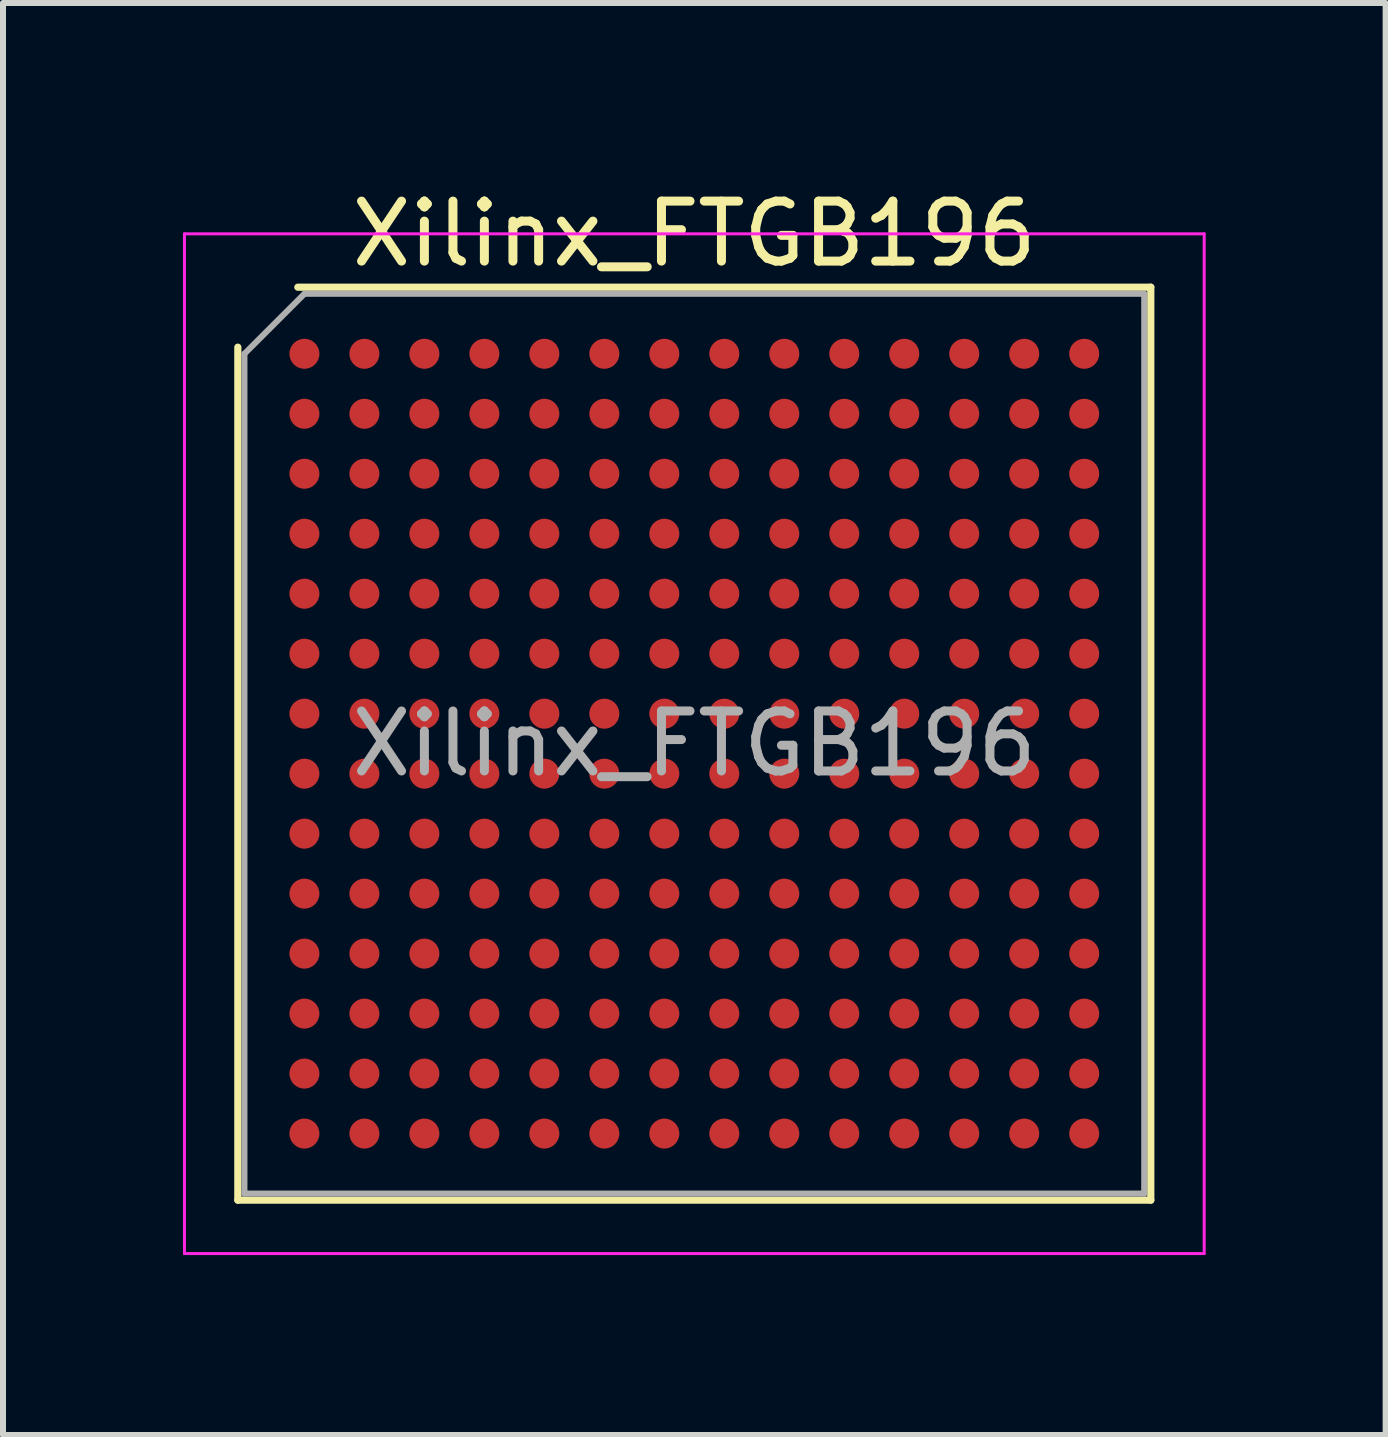
<source format=kicad_pcb>
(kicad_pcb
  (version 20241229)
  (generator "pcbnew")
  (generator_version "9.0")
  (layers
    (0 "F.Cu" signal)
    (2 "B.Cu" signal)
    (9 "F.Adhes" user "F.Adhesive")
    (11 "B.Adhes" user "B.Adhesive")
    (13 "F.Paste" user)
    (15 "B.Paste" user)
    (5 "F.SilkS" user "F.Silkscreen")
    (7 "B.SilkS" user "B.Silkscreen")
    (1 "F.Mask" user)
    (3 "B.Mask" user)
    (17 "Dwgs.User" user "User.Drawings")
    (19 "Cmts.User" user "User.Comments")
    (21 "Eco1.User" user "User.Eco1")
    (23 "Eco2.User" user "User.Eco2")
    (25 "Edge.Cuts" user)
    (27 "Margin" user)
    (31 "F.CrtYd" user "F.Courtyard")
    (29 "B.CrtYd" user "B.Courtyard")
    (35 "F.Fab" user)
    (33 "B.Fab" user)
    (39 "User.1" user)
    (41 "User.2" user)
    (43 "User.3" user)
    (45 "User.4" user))
  (footprint "Xilinx_FTGB196"
    (layer "F.Cu")
    (at 8.525 9.348)
    (property "Reference" "Xilinx_FTGB196" (at 0 -8.5 0) (layer "F.SilkS") (effects (font (size 1 1) (thickness 0.15))))
    (attr smd)
    (fp_line (start -7.61 7.61) (end -7.61 -6.61) (stroke (width 0.12) (type solid)) (layer "F.SilkS"))
    (fp_line (start -6.61 -7.61) (end 7.61 -7.61) (stroke (width 0.12) (type solid)) (layer "F.SilkS"))
    (fp_line (start 7.61 -7.61) (end 7.61 7.61) (stroke (width 0.12) (type solid)) (layer "F.SilkS"))
    (fp_line (start 7.61 7.61) (end -7.61 7.61) (stroke (width 0.12) (type solid)) (layer "F.SilkS"))
    (fp_line (start -8.5 -8.5) (end -8.5 8.5) (stroke (width 0.05) (type solid)) (layer "F.CrtYd"))
    (fp_line (start -8.5 8.5) (end 8.5 8.5) (stroke (width 0.05) (type solid)) (layer "F.CrtYd"))
    (fp_line (start 8.5 -8.5) (end -8.5 -8.5) (stroke (width 0.05) (type solid)) (layer "F.CrtYd"))
    (fp_line (start 8.5 8.5) (end 8.5 -8.5) (stroke (width 0.05) (type solid)) (layer "F.CrtYd"))
    (fp_line (start -7.5 -6.5) (end -6.5 -7.5) (stroke (width 0.1) (type solid)) (layer "F.Fab"))
    (fp_line (start -7.5 7.5) (end -7.5 -6.5) (stroke (width 0.1) (type solid)) (layer "F.Fab"))
    (fp_line (start -6.5 -7.5) (end 7.5 -7.5) (stroke (width 0.1) (type solid)) (layer "F.Fab"))
    (fp_line (start 7.5 -7.5) (end 7.5 7.5) (stroke (width 0.1) (type solid)) (layer "F.Fab"))
    (fp_line (start 7.5 7.5) (end -7.5 7.5) (stroke (width 0.1) (type solid)) (layer "F.Fab"))
    (fp_text user "${REFERENCE}" (at 0 0 0) (layer "F.Fab") (effects (font (size 1 1) (thickness 0.15))))
    (pad "A1" smd circle (at -6.5 -6.5) (size 0.5 0.5) (layers "F.Cu" "F.Mask" "F.Paste"))
    (pad "A2" smd circle (at -5.5 -6.5) (size 0.5 0.5) (layers "F.Cu" "F.Mask" "F.Paste"))
    (pad "A3" smd circle (at -4.5 -6.5) (size 0.5 0.5) (layers "F.Cu" "F.Mask" "F.Paste"))
    (pad "A4" smd circle (at -3.5 -6.5) (size 0.5 0.5) (layers "F.Cu" "F.Mask" "F.Paste"))
    (pad "A5" smd circle (at -2.5 -6.5) (size 0.5 0.5) (layers "F.Cu" "F.Mask" "F.Paste"))
    (pad "A6" smd circle (at -1.5 -6.5) (size 0.5 0.5) (layers "F.Cu" "F.Mask" "F.Paste"))
    (pad "A7" smd circle (at -0.5 -6.5) (size 0.5 0.5) (layers "F.Cu" "F.Mask" "F.Paste"))
    (pad "A8" smd circle (at 0.5 -6.5) (size 0.5 0.5) (layers "F.Cu" "F.Mask" "F.Paste"))
    (pad "A9" smd circle (at 1.5 -6.5) (size 0.5 0.5) (layers "F.Cu" "F.Mask" "F.Paste"))
    (pad "A10" smd circle (at 2.5 -6.5) (size 0.5 0.5) (layers "F.Cu" "F.Mask" "F.Paste"))
    (pad "A11" smd circle (at 3.5 -6.5) (size 0.5 0.5) (layers "F.Cu" "F.Mask" "F.Paste"))
    (pad "A12" smd circle (at 4.5 -6.5) (size 0.5 0.5) (layers "F.Cu" "F.Mask" "F.Paste"))
    (pad "A13" smd circle (at 5.5 -6.5) (size 0.5 0.5) (layers "F.Cu" "F.Mask" "F.Paste"))
    (pad "A14" smd circle (at 6.5 -6.5) (size 0.5 0.5) (layers "F.Cu" "F.Mask" "F.Paste"))
    (pad "B1" smd circle (at -6.5 -5.5) (size 0.5 0.5) (layers "F.Cu" "F.Mask" "F.Paste"))
    (pad "B2" smd circle (at -5.5 -5.5) (size 0.5 0.5) (layers "F.Cu" "F.Mask" "F.Paste"))
    (pad "B3" smd circle (at -4.5 -5.5) (size 0.5 0.5) (layers "F.Cu" "F.Mask" "F.Paste"))
    (pad "B4" smd circle (at -3.5 -5.5) (size 0.5 0.5) (layers "F.Cu" "F.Mask" "F.Paste"))
    (pad "B5" smd circle (at -2.5 -5.5) (size 0.5 0.5) (layers "F.Cu" "F.Mask" "F.Paste"))
    (pad "B6" smd circle (at -1.5 -5.5) (size 0.5 0.5) (layers "F.Cu" "F.Mask" "F.Paste"))
    (pad "B7" smd circle (at -0.5 -5.5) (size 0.5 0.5) (layers "F.Cu" "F.Mask" "F.Paste"))
    (pad "B8" smd circle (at 0.5 -5.5) (size 0.5 0.5) (layers "F.Cu" "F.Mask" "F.Paste"))
    (pad "B9" smd circle (at 1.5 -5.5) (size 0.5 0.5) (layers "F.Cu" "F.Mask" "F.Paste"))
    (pad "B10" smd circle (at 2.5 -5.5) (size 0.5 0.5) (layers "F.Cu" "F.Mask" "F.Paste"))
    (pad "B11" smd circle (at 3.5 -5.5) (size 0.5 0.5) (layers "F.Cu" "F.Mask" "F.Paste"))
    (pad "B12" smd circle (at 4.5 -5.5) (size 0.5 0.5) (layers "F.Cu" "F.Mask" "F.Paste"))
    (pad "B13" smd circle (at 5.5 -5.5) (size 0.5 0.5) (layers "F.Cu" "F.Mask" "F.Paste"))
    (pad "B14" smd circle (at 6.5 -5.5) (size 0.5 0.5) (layers "F.Cu" "F.Mask" "F.Paste"))
    (pad "C1" smd circle (at -6.5 -4.5) (size 0.5 0.5) (layers "F.Cu" "F.Mask" "F.Paste"))
    (pad "C2" smd circle (at -5.5 -4.5) (size 0.5 0.5) (layers "F.Cu" "F.Mask" "F.Paste"))
    (pad "C3" smd circle (at -4.5 -4.5) (size 0.5 0.5) (layers "F.Cu" "F.Mask" "F.Paste"))
    (pad "C4" smd circle (at -3.5 -4.5) (size 0.5 0.5) (layers "F.Cu" "F.Mask" "F.Paste"))
    (pad "C5" smd circle (at -2.5 -4.5) (size 0.5 0.5) (layers "F.Cu" "F.Mask" "F.Paste"))
    (pad "C6" smd circle (at -1.5 -4.5) (size 0.5 0.5) (layers "F.Cu" "F.Mask" "F.Paste"))
    (pad "C7" smd circle (at -0.5 -4.5) (size 0.5 0.5) (layers "F.Cu" "F.Mask" "F.Paste"))
    (pad "C8" smd circle (at 0.5 -4.5) (size 0.5 0.5) (layers "F.Cu" "F.Mask" "F.Paste"))
    (pad "C9" smd circle (at 1.5 -4.5) (size 0.5 0.5) (layers "F.Cu" "F.Mask" "F.Paste"))
    (pad "C10" smd circle (at 2.5 -4.5) (size 0.5 0.5) (layers "F.Cu" "F.Mask" "F.Paste"))
    (pad "C11" smd circle (at 3.5 -4.5) (size 0.5 0.5) (layers "F.Cu" "F.Mask" "F.Paste"))
    (pad "C12" smd circle (at 4.5 -4.5) (size 0.5 0.5) (layers "F.Cu" "F.Mask" "F.Paste"))
    (pad "C13" smd circle (at 5.5 -4.5) (size 0.5 0.5) (layers "F.Cu" "F.Mask" "F.Paste"))
    (pad "C14" smd circle (at 6.5 -4.5) (size 0.5 0.5) (layers "F.Cu" "F.Mask" "F.Paste"))
    (pad "D1" smd circle (at -6.5 -3.5) (size 0.5 0.5) (layers "F.Cu" "F.Mask" "F.Paste"))
    (pad "D2" smd circle (at -5.5 -3.5) (size 0.5 0.5) (layers "F.Cu" "F.Mask" "F.Paste"))
    (pad "D3" smd circle (at -4.5 -3.5) (size 0.5 0.5) (layers "F.Cu" "F.Mask" "F.Paste"))
    (pad "D4" smd circle (at -3.5 -3.5) (size 0.5 0.5) (layers "F.Cu" "F.Mask" "F.Paste"))
    (pad "D5" smd circle (at -2.5 -3.5) (size 0.5 0.5) (layers "F.Cu" "F.Mask" "F.Paste"))
    (pad "D6" smd circle (at -1.5 -3.5) (size 0.5 0.5) (layers "F.Cu" "F.Mask" "F.Paste"))
    (pad "D7" smd circle (at -0.5 -3.5) (size 0.5 0.5) (layers "F.Cu" "F.Mask" "F.Paste"))
    (pad "D8" smd circle (at 0.5 -3.5) (size 0.5 0.5) (layers "F.Cu" "F.Mask" "F.Paste"))
    (pad "D9" smd circle (at 1.5 -3.5) (size 0.5 0.5) (layers "F.Cu" "F.Mask" "F.Paste"))
    (pad "D10" smd circle (at 2.5 -3.5) (size 0.5 0.5) (layers "F.Cu" "F.Mask" "F.Paste"))
    (pad "D11" smd circle (at 3.5 -3.5) (size 0.5 0.5) (layers "F.Cu" "F.Mask" "F.Paste"))
    (pad "D12" smd circle (at 4.5 -3.5) (size 0.5 0.5) (layers "F.Cu" "F.Mask" "F.Paste"))
    (pad "D13" smd circle (at 5.5 -3.5) (size 0.5 0.5) (layers "F.Cu" "F.Mask" "F.Paste"))
    (pad "D14" smd circle (at 6.5 -3.5) (size 0.5 0.5) (layers "F.Cu" "F.Mask" "F.Paste"))
    (pad "E1" smd circle (at -6.5 -2.5) (size 0.5 0.5) (layers "F.Cu" "F.Mask" "F.Paste"))
    (pad "E2" smd circle (at -5.5 -2.5) (size 0.5 0.5) (layers "F.Cu" "F.Mask" "F.Paste"))
    (pad "E3" smd circle (at -4.5 -2.5) (size 0.5 0.5) (layers "F.Cu" "F.Mask" "F.Paste"))
    (pad "E4" smd circle (at -3.5 -2.5) (size 0.5 0.5) (layers "F.Cu" "F.Mask" "F.Paste"))
    (pad "E5" smd circle (at -2.5 -2.5) (size 0.5 0.5) (layers "F.Cu" "F.Mask" "F.Paste"))
    (pad "E6" smd circle (at -1.5 -2.5) (size 0.5 0.5) (layers "F.Cu" "F.Mask" "F.Paste"))
    (pad "E7" smd circle (at -0.5 -2.5) (size 0.5 0.5) (layers "F.Cu" "F.Mask" "F.Paste"))
    (pad "E8" smd circle (at 0.5 -2.5) (size 0.5 0.5) (layers "F.Cu" "F.Mask" "F.Paste"))
    (pad "E9" smd circle (at 1.5 -2.5) (size 0.5 0.5) (layers "F.Cu" "F.Mask" "F.Paste"))
    (pad "E10" smd circle (at 2.5 -2.5) (size 0.5 0.5) (layers "F.Cu" "F.Mask" "F.Paste"))
    (pad "E11" smd circle (at 3.5 -2.5) (size 0.5 0.5) (layers "F.Cu" "F.Mask" "F.Paste"))
    (pad "E12" smd circle (at 4.5 -2.5) (size 0.5 0.5) (layers "F.Cu" "F.Mask" "F.Paste"))
    (pad "E13" smd circle (at 5.5 -2.5) (size 0.5 0.5) (layers "F.Cu" "F.Mask" "F.Paste"))
    (pad "E14" smd circle (at 6.5 -2.5) (size 0.5 0.5) (layers "F.Cu" "F.Mask" "F.Paste"))
    (pad "F1" smd circle (at -6.5 -1.5) (size 0.5 0.5) (layers "F.Cu" "F.Mask" "F.Paste"))
    (pad "F2" smd circle (at -5.5 -1.5) (size 0.5 0.5) (layers "F.Cu" "F.Mask" "F.Paste"))
    (pad "F3" smd circle (at -4.5 -1.5) (size 0.5 0.5) (layers "F.Cu" "F.Mask" "F.Paste"))
    (pad "F4" smd circle (at -3.5 -1.5) (size 0.5 0.5) (layers "F.Cu" "F.Mask" "F.Paste"))
    (pad "F5" smd circle (at -2.5 -1.5) (size 0.5 0.5) (layers "F.Cu" "F.Mask" "F.Paste"))
    (pad "F6" smd circle (at -1.5 -1.5) (size 0.5 0.5) (layers "F.Cu" "F.Mask" "F.Paste"))
    (pad "F7" smd circle (at -0.5 -1.5) (size 0.5 0.5) (layers "F.Cu" "F.Mask" "F.Paste"))
    (pad "F8" smd circle (at 0.5 -1.5) (size 0.5 0.5) (layers "F.Cu" "F.Mask" "F.Paste"))
    (pad "F9" smd circle (at 1.5 -1.5) (size 0.5 0.5) (layers "F.Cu" "F.Mask" "F.Paste"))
    (pad "F10" smd circle (at 2.5 -1.5) (size 0.5 0.5) (layers "F.Cu" "F.Mask" "F.Paste"))
    (pad "F11" smd circle (at 3.5 -1.5) (size 0.5 0.5) (layers "F.Cu" "F.Mask" "F.Paste"))
    (pad "F12" smd circle (at 4.5 -1.5) (size 0.5 0.5) (layers "F.Cu" "F.Mask" "F.Paste"))
    (pad "F13" smd circle (at 5.5 -1.5) (size 0.5 0.5) (layers "F.Cu" "F.Mask" "F.Paste"))
    (pad "F14" smd circle (at 6.5 -1.5) (size 0.5 0.5) (layers "F.Cu" "F.Mask" "F.Paste"))
    (pad "G1" smd circle (at -6.5 -0.5) (size 0.5 0.5) (layers "F.Cu" "F.Mask" "F.Paste"))
    (pad "G2" smd circle (at -5.5 -0.5) (size 0.5 0.5) (layers "F.Cu" "F.Mask" "F.Paste"))
    (pad "G3" smd circle (at -4.5 -0.5) (size 0.5 0.5) (layers "F.Cu" "F.Mask" "F.Paste"))
    (pad "G4" smd circle (at -3.5 -0.5) (size 0.5 0.5) (layers "F.Cu" "F.Mask" "F.Paste"))
    (pad "G5" smd circle (at -2.5 -0.5) (size 0.5 0.5) (layers "F.Cu" "F.Mask" "F.Paste"))
    (pad "G6" smd circle (at -1.5 -0.5) (size 0.5 0.5) (layers "F.Cu" "F.Mask" "F.Paste"))
    (pad "G7" smd circle (at -0.5 -0.5) (size 0.5 0.5) (layers "F.Cu" "F.Mask" "F.Paste"))
    (pad "G8" smd circle (at 0.5 -0.5) (size 0.5 0.5) (layers "F.Cu" "F.Mask" "F.Paste"))
    (pad "G9" smd circle (at 1.5 -0.5) (size 0.5 0.5) (layers "F.Cu" "F.Mask" "F.Paste"))
    (pad "G10" smd circle (at 2.5 -0.5) (size 0.5 0.5) (layers "F.Cu" "F.Mask" "F.Paste"))
    (pad "G11" smd circle (at 3.5 -0.5) (size 0.5 0.5) (layers "F.Cu" "F.Mask" "F.Paste"))
    (pad "G12" smd circle (at 4.5 -0.5) (size 0.5 0.5) (layers "F.Cu" "F.Mask" "F.Paste"))
    (pad "G13" smd circle (at 5.5 -0.5) (size 0.5 0.5) (layers "F.Cu" "F.Mask" "F.Paste"))
    (pad "G14" smd circle (at 6.5 -0.5) (size 0.5 0.5) (layers "F.Cu" "F.Mask" "F.Paste"))
    (pad "H1" smd circle (at -6.5 0.5) (size 0.5 0.5) (layers "F.Cu" "F.Mask" "F.Paste"))
    (pad "H2" smd circle (at -5.5 0.5) (size 0.5 0.5) (layers "F.Cu" "F.Mask" "F.Paste"))
    (pad "H3" smd circle (at -4.5 0.5) (size 0.5 0.5) (layers "F.Cu" "F.Mask" "F.Paste"))
    (pad "H4" smd circle (at -3.5 0.5) (size 0.5 0.5) (layers "F.Cu" "F.Mask" "F.Paste"))
    (pad "H5" smd circle (at -2.5 0.5) (size 0.5 0.5) (layers "F.Cu" "F.Mask" "F.Paste"))
    (pad "H6" smd circle (at -1.5 0.5) (size 0.5 0.5) (layers "F.Cu" "F.Mask" "F.Paste"))
    (pad "H7" smd circle (at -0.5 0.5) (size 0.5 0.5) (layers "F.Cu" "F.Mask" "F.Paste"))
    (pad "H8" smd circle (at 0.5 0.5) (size 0.5 0.5) (layers "F.Cu" "F.Mask" "F.Paste"))
    (pad "H9" smd circle (at 1.5 0.5) (size 0.5 0.5) (layers "F.Cu" "F.Mask" "F.Paste"))
    (pad "H10" smd circle (at 2.5 0.5) (size 0.5 0.5) (layers "F.Cu" "F.Mask" "F.Paste"))
    (pad "H11" smd circle (at 3.5 0.5) (size 0.5 0.5) (layers "F.Cu" "F.Mask" "F.Paste"))
    (pad "H12" smd circle (at 4.5 0.5) (size 0.5 0.5) (layers "F.Cu" "F.Mask" "F.Paste"))
    (pad "H13" smd circle (at 5.5 0.5) (size 0.5 0.5) (layers "F.Cu" "F.Mask" "F.Paste"))
    (pad "H14" smd circle (at 6.5 0.5) (size 0.5 0.5) (layers "F.Cu" "F.Mask" "F.Paste"))
    (pad "J1" smd circle (at -6.5 1.5) (size 0.5 0.5) (layers "F.Cu" "F.Mask" "F.Paste"))
    (pad "J2" smd circle (at -5.5 1.5) (size 0.5 0.5) (layers "F.Cu" "F.Mask" "F.Paste"))
    (pad "J3" smd circle (at -4.5 1.5) (size 0.5 0.5) (layers "F.Cu" "F.Mask" "F.Paste"))
    (pad "J4" smd circle (at -3.5 1.5) (size 0.5 0.5) (layers "F.Cu" "F.Mask" "F.Paste"))
    (pad "J5" smd circle (at -2.5 1.5) (size 0.5 0.5) (layers "F.Cu" "F.Mask" "F.Paste"))
    (pad "J6" smd circle (at -1.5 1.5) (size 0.5 0.5) (layers "F.Cu" "F.Mask" "F.Paste"))
    (pad "J7" smd circle (at -0.5 1.5) (size 0.5 0.5) (layers "F.Cu" "F.Mask" "F.Paste"))
    (pad "J8" smd circle (at 0.5 1.5) (size 0.5 0.5) (layers "F.Cu" "F.Mask" "F.Paste"))
    (pad "J9" smd circle (at 1.5 1.5) (size 0.5 0.5) (layers "F.Cu" "F.Mask" "F.Paste"))
    (pad "J10" smd circle (at 2.5 1.5) (size 0.5 0.5) (layers "F.Cu" "F.Mask" "F.Paste"))
    (pad "J11" smd circle (at 3.5 1.5) (size 0.5 0.5) (layers "F.Cu" "F.Mask" "F.Paste"))
    (pad "J12" smd circle (at 4.5 1.5) (size 0.5 0.5) (layers "F.Cu" "F.Mask" "F.Paste"))
    (pad "J13" smd circle (at 5.5 1.5) (size 0.5 0.5) (layers "F.Cu" "F.Mask" "F.Paste"))
    (pad "J14" smd circle (at 6.5 1.5) (size 0.5 0.5) (layers "F.Cu" "F.Mask" "F.Paste"))
    (pad "K1" smd circle (at -6.5 2.5) (size 0.5 0.5) (layers "F.Cu" "F.Mask" "F.Paste"))
    (pad "K2" smd circle (at -5.5 2.5) (size 0.5 0.5) (layers "F.Cu" "F.Mask" "F.Paste"))
    (pad "K3" smd circle (at -4.5 2.5) (size 0.5 0.5) (layers "F.Cu" "F.Mask" "F.Paste"))
    (pad "K4" smd circle (at -3.5 2.5) (size 0.5 0.5) (layers "F.Cu" "F.Mask" "F.Paste"))
    (pad "K5" smd circle (at -2.5 2.5) (size 0.5 0.5) (layers "F.Cu" "F.Mask" "F.Paste"))
    (pad "K6" smd circle (at -1.5 2.5) (size 0.5 0.5) (layers "F.Cu" "F.Mask" "F.Paste"))
    (pad "K7" smd circle (at -0.5 2.5) (size 0.5 0.5) (layers "F.Cu" "F.Mask" "F.Paste"))
    (pad "K8" smd circle (at 0.5 2.5) (size 0.5 0.5) (layers "F.Cu" "F.Mask" "F.Paste"))
    (pad "K9" smd circle (at 1.5 2.5) (size 0.5 0.5) (layers "F.Cu" "F.Mask" "F.Paste"))
    (pad "K10" smd circle (at 2.5 2.5) (size 0.5 0.5) (layers "F.Cu" "F.Mask" "F.Paste"))
    (pad "K11" smd circle (at 3.5 2.5) (size 0.5 0.5) (layers "F.Cu" "F.Mask" "F.Paste"))
    (pad "K12" smd circle (at 4.5 2.5) (size 0.5 0.5) (layers "F.Cu" "F.Mask" "F.Paste"))
    (pad "K13" smd circle (at 5.5 2.5) (size 0.5 0.5) (layers "F.Cu" "F.Mask" "F.Paste"))
    (pad "K14" smd circle (at 6.5 2.5) (size 0.5 0.5) (layers "F.Cu" "F.Mask" "F.Paste"))
    (pad "L1" smd circle (at -6.5 3.5) (size 0.5 0.5) (layers "F.Cu" "F.Mask" "F.Paste"))
    (pad "L2" smd circle (at -5.5 3.5) (size 0.5 0.5) (layers "F.Cu" "F.Mask" "F.Paste"))
    (pad "L3" smd circle (at -4.5 3.5) (size 0.5 0.5) (layers "F.Cu" "F.Mask" "F.Paste"))
    (pad "L4" smd circle (at -3.5 3.5) (size 0.5 0.5) (layers "F.Cu" "F.Mask" "F.Paste"))
    (pad "L5" smd circle (at -2.5 3.5) (size 0.5 0.5) (layers "F.Cu" "F.Mask" "F.Paste"))
    (pad "L6" smd circle (at -1.5 3.5) (size 0.5 0.5) (layers "F.Cu" "F.Mask" "F.Paste"))
    (pad "L7" smd circle (at -0.5 3.5) (size 0.5 0.5) (layers "F.Cu" "F.Mask" "F.Paste"))
    (pad "L8" smd circle (at 0.5 3.5) (size 0.5 0.5) (layers "F.Cu" "F.Mask" "F.Paste"))
    (pad "L9" smd circle (at 1.5 3.5) (size 0.5 0.5) (layers "F.Cu" "F.Mask" "F.Paste"))
    (pad "L10" smd circle (at 2.5 3.5) (size 0.5 0.5) (layers "F.Cu" "F.Mask" "F.Paste"))
    (pad "L11" smd circle (at 3.5 3.5) (size 0.5 0.5) (layers "F.Cu" "F.Mask" "F.Paste"))
    (pad "L12" smd circle (at 4.5 3.5) (size 0.5 0.5) (layers "F.Cu" "F.Mask" "F.Paste"))
    (pad "L13" smd circle (at 5.5 3.5) (size 0.5 0.5) (layers "F.Cu" "F.Mask" "F.Paste"))
    (pad "L14" smd circle (at 6.5 3.5) (size 0.5 0.5) (layers "F.Cu" "F.Mask" "F.Paste"))
    (pad "M1" smd circle (at -6.5 4.5) (size 0.5 0.5) (layers "F.Cu" "F.Mask" "F.Paste"))
    (pad "M2" smd circle (at -5.5 4.5) (size 0.5 0.5) (layers "F.Cu" "F.Mask" "F.Paste"))
    (pad "M3" smd circle (at -4.5 4.5) (size 0.5 0.5) (layers "F.Cu" "F.Mask" "F.Paste"))
    (pad "M4" smd circle (at -3.5 4.5) (size 0.5 0.5) (layers "F.Cu" "F.Mask" "F.Paste"))
    (pad "M5" smd circle (at -2.5 4.5) (size 0.5 0.5) (layers "F.Cu" "F.Mask" "F.Paste"))
    (pad "M6" smd circle (at -1.5 4.5) (size 0.5 0.5) (layers "F.Cu" "F.Mask" "F.Paste"))
    (pad "M7" smd circle (at -0.5 4.5) (size 0.5 0.5) (layers "F.Cu" "F.Mask" "F.Paste"))
    (pad "M8" smd circle (at 0.5 4.5) (size 0.5 0.5) (layers "F.Cu" "F.Mask" "F.Paste"))
    (pad "M9" smd circle (at 1.5 4.5) (size 0.5 0.5) (layers "F.Cu" "F.Mask" "F.Paste"))
    (pad "M10" smd circle (at 2.5 4.5) (size 0.5 0.5) (layers "F.Cu" "F.Mask" "F.Paste"))
    (pad "M11" smd circle (at 3.5 4.5) (size 0.5 0.5) (layers "F.Cu" "F.Mask" "F.Paste"))
    (pad "M12" smd circle (at 4.5 4.5) (size 0.5 0.5) (layers "F.Cu" "F.Mask" "F.Paste"))
    (pad "M13" smd circle (at 5.5 4.5) (size 0.5 0.5) (layers "F.Cu" "F.Mask" "F.Paste"))
    (pad "M14" smd circle (at 6.5 4.5) (size 0.5 0.5) (layers "F.Cu" "F.Mask" "F.Paste"))
    (pad "N1" smd circle (at -6.5 5.5) (size 0.5 0.5) (layers "F.Cu" "F.Mask" "F.Paste"))
    (pad "N2" smd circle (at -5.5 5.5) (size 0.5 0.5) (layers "F.Cu" "F.Mask" "F.Paste"))
    (pad "N3" smd circle (at -4.5 5.5) (size 0.5 0.5) (layers "F.Cu" "F.Mask" "F.Paste"))
    (pad "N4" smd circle (at -3.5 5.5) (size 0.5 0.5) (layers "F.Cu" "F.Mask" "F.Paste"))
    (pad "N5" smd circle (at -2.5 5.5) (size 0.5 0.5) (layers "F.Cu" "F.Mask" "F.Paste"))
    (pad "N6" smd circle (at -1.5 5.5) (size 0.5 0.5) (layers "F.Cu" "F.Mask" "F.Paste"))
    (pad "N7" smd circle (at -0.5 5.5) (size 0.5 0.5) (layers "F.Cu" "F.Mask" "F.Paste"))
    (pad "N8" smd circle (at 0.5 5.5) (size 0.5 0.5) (layers "F.Cu" "F.Mask" "F.Paste"))
    (pad "N9" smd circle (at 1.5 5.5) (size 0.5 0.5) (layers "F.Cu" "F.Mask" "F.Paste"))
    (pad "N10" smd circle (at 2.5 5.5) (size 0.5 0.5) (layers "F.Cu" "F.Mask" "F.Paste"))
    (pad "N11" smd circle (at 3.5 5.5) (size 0.5 0.5) (layers "F.Cu" "F.Mask" "F.Paste"))
    (pad "N12" smd circle (at 4.5 5.5) (size 0.5 0.5) (layers "F.Cu" "F.Mask" "F.Paste"))
    (pad "N13" smd circle (at 5.5 5.5) (size 0.5 0.5) (layers "F.Cu" "F.Mask" "F.Paste"))
    (pad "N14" smd circle (at 6.5 5.5) (size 0.5 0.5) (layers "F.Cu" "F.Mask" "F.Paste"))
    (pad "P1" smd circle (at -6.5 6.5) (size 0.5 0.5) (layers "F.Cu" "F.Mask" "F.Paste"))
    (pad "P2" smd circle (at -5.5 6.5) (size 0.5 0.5) (layers "F.Cu" "F.Mask" "F.Paste"))
    (pad "P3" smd circle (at -4.5 6.5) (size 0.5 0.5) (layers "F.Cu" "F.Mask" "F.Paste"))
    (pad "P4" smd circle (at -3.5 6.5) (size 0.5 0.5) (layers "F.Cu" "F.Mask" "F.Paste"))
    (pad "P5" smd circle (at -2.5 6.5) (size 0.5 0.5) (layers "F.Cu" "F.Mask" "F.Paste"))
    (pad "P6" smd circle (at -1.5 6.5) (size 0.5 0.5) (layers "F.Cu" "F.Mask" "F.Paste"))
    (pad "P7" smd circle (at -0.5 6.5) (size 0.5 0.5) (layers "F.Cu" "F.Mask" "F.Paste"))
    (pad "P8" smd circle (at 0.5 6.5) (size 0.5 0.5) (layers "F.Cu" "F.Mask" "F.Paste"))
    (pad "P9" smd circle (at 1.5 6.5) (size 0.5 0.5) (layers "F.Cu" "F.Mask" "F.Paste"))
    (pad "P10" smd circle (at 2.5 6.5) (size 0.5 0.5) (layers "F.Cu" "F.Mask" "F.Paste"))
    (pad "P11" smd circle (at 3.5 6.5) (size 0.5 0.5) (layers "F.Cu" "F.Mask" "F.Paste"))
    (pad "P12" smd circle (at 4.5 6.5) (size 0.5 0.5) (layers "F.Cu" "F.Mask" "F.Paste"))
    (pad "P13" smd circle (at 5.5 6.5) (size 0.5 0.5) (layers "F.Cu" "F.Mask" "F.Paste"))
    (pad "P14" smd circle (at 6.5 6.5) (size 0.5 0.5) (layers "F.Cu" "F.Mask" "F.Paste")))
  (gr_rect
    (start -3 -3)
    (end 20.05 20.873)
    (stroke (width 0.1) (type default))
    (fill no)
    (layer "Edge.Cuts")))
</source>
